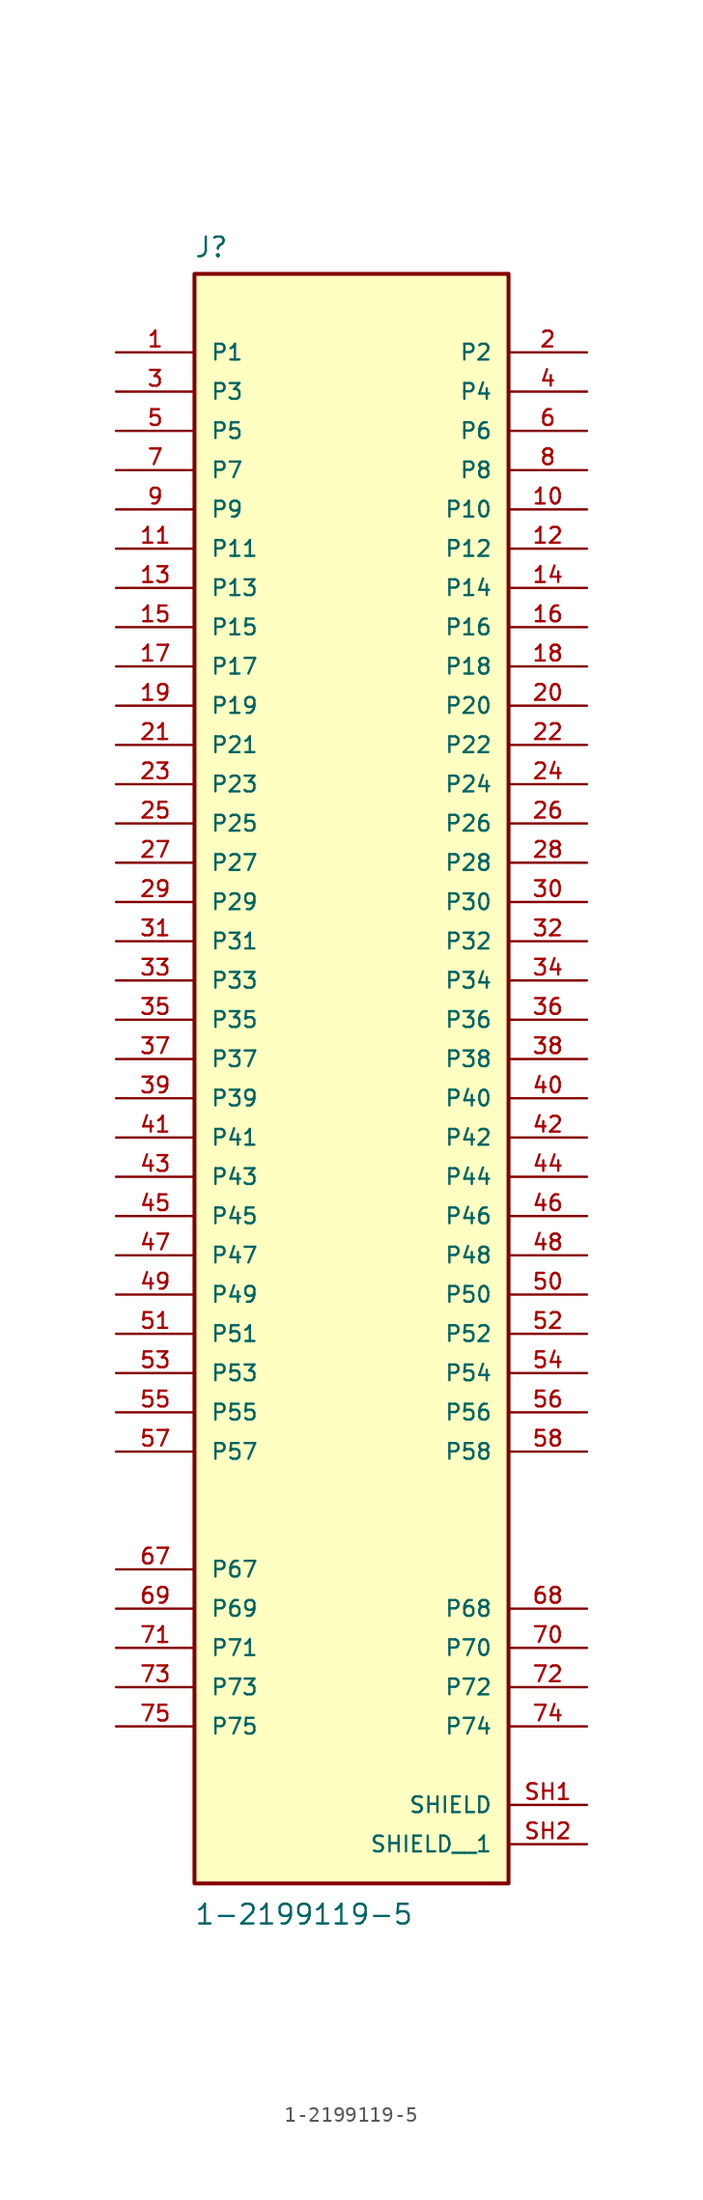
<source format=kicad_sym>
(kicad_symbol_lib
  (version 20211014)
  (generator kicad_symbol_editor)
  (symbol "1-2199119-5"
    (pin_names
      (offset 1.016))
    (property "Reference" "J"
      (at -10.194 51.775 0)
      (effects (font (size 1.27 1.27)) (justify bottom left)))
    (property "Value" "1-2199119-5"
      (at -10.193 -56.091 0)
      (effects (font (size 1.27 1.27)) (justify bottom left)))
    (symbol "1-2199119-5_0_0"
      (rectangle (start -10.16 -53.34) (end 10.16 50.8) (stroke (width 0.254)) (fill (type background)))
      (pin passive line (at -15.24 45.72 0) (length 5.08) (name "P1" (effects (font (size 1.016 1.016)))) (number "1" (effects (font (size 1.016 1.016)))))
      (pin passive line (at 15.24 45.72 180.0) (length 5.08) (name "P2" (effects (font (size 1.016 1.016)))) (number "2" (effects (font (size 1.016 1.016)))))
      (pin passive line (at -15.24 43.18 0) (length 5.08) (name "P3" (effects (font (size 1.016 1.016)))) (number "3" (effects (font (size 1.016 1.016)))))
      (pin passive line (at 15.24 43.18 180.0) (length 5.08) (name "P4" (effects (font (size 1.016 1.016)))) (number "4" (effects (font (size 1.016 1.016)))))
      (pin passive line (at -15.24 40.64 0) (length 5.08) (name "P5" (effects (font (size 1.016 1.016)))) (number "5" (effects (font (size 1.016 1.016)))))
      (pin passive line (at 15.24 40.64 180.0) (length 5.08) (name "P6" (effects (font (size 1.016 1.016)))) (number "6" (effects (font (size 1.016 1.016)))))
      (pin passive line (at -15.24 38.1 0) (length 5.08) (name "P7" (effects (font (size 1.016 1.016)))) (number "7" (effects (font (size 1.016 1.016)))))
      (pin passive line (at 15.24 38.1 180.0) (length 5.08) (name "P8" (effects (font (size 1.016 1.016)))) (number "8" (effects (font (size 1.016 1.016)))))
      (pin passive line (at -15.24 35.56 0) (length 5.08) (name "P9" (effects (font (size 1.016 1.016)))) (number "9" (effects (font (size 1.016 1.016)))))
      (pin passive line (at 15.24 35.56 180.0) (length 5.08) (name "P10" (effects (font (size 1.016 1.016)))) (number "10" (effects (font (size 1.016 1.016)))))
      (pin passive line (at -15.24 33.02 0) (length 5.08) (name "P11" (effects (font (size 1.016 1.016)))) (number "11" (effects (font (size 1.016 1.016)))))
      (pin passive line (at -15.24 30.48 0) (length 5.08) (name "P13" (effects (font (size 1.016 1.016)))) (number "13" (effects (font (size 1.016 1.016)))))
      (pin passive line (at 15.24 30.48 180.0) (length 5.08) (name "P14" (effects (font (size 1.016 1.016)))) (number "14" (effects (font (size 1.016 1.016)))))
      (pin passive line (at -15.24 27.94 0) (length 5.08) (name "P15" (effects (font (size 1.016 1.016)))) (number "15" (effects (font (size 1.016 1.016)))))
      (pin passive line (at 15.24 27.94 180.0) (length 5.08) (name "P16" (effects (font (size 1.016 1.016)))) (number "16" (effects (font (size 1.016 1.016)))))
      (pin passive line (at -15.24 25.4 0) (length 5.08) (name "P17" (effects (font (size 1.016 1.016)))) (number "17" (effects (font (size 1.016 1.016)))))
      (pin passive line (at 15.24 25.4 180.0) (length 5.08) (name "P18" (effects (font (size 1.016 1.016)))) (number "18" (effects (font (size 1.016 1.016)))))
      (pin passive line (at -15.24 22.86 0) (length 5.08) (name "P19" (effects (font (size 1.016 1.016)))) (number "19" (effects (font (size 1.016 1.016)))))
      (pin passive line (at 15.24 22.86 180.0) (length 5.08) (name "P20" (effects (font (size 1.016 1.016)))) (number "20" (effects (font (size 1.016 1.016)))))
      (pin passive line (at -15.24 20.32 0) (length 5.08) (name "P21" (effects (font (size 1.016 1.016)))) (number "21" (effects (font (size 1.016 1.016)))))
      (pin passive line (at 15.24 20.32 180.0) (length 5.08) (name "P22" (effects (font (size 1.016 1.016)))) (number "22" (effects (font (size 1.016 1.016)))))
      (pin passive line (at -15.24 17.78 0) (length 5.08) (name "P23" (effects (font (size 1.016 1.016)))) (number "23" (effects (font (size 1.016 1.016)))))
      (pin passive line (at 15.24 17.78 180.0) (length 5.08) (name "P24" (effects (font (size 1.016 1.016)))) (number "24" (effects (font (size 1.016 1.016)))))
      (pin passive line (at -15.24 15.24 0) (length 5.08) (name "P25" (effects (font (size 1.016 1.016)))) (number "25" (effects (font (size 1.016 1.016)))))
      (pin passive line (at 15.24 15.24 180.0) (length 5.08) (name "P26" (effects (font (size 1.016 1.016)))) (number "26" (effects (font (size 1.016 1.016)))))
      (pin passive line (at -15.24 12.7 0) (length 5.08) (name "P27" (effects (font (size 1.016 1.016)))) (number "27" (effects (font (size 1.016 1.016)))))
      (pin passive line (at 15.24 12.7 180.0) (length 5.08) (name "P28" (effects (font (size 1.016 1.016)))) (number "28" (effects (font (size 1.016 1.016)))))
      (pin passive line (at -15.24 10.16 0) (length 5.08) (name "P29" (effects (font (size 1.016 1.016)))) (number "29" (effects (font (size 1.016 1.016)))))
      (pin passive line (at 15.24 10.16 180.0) (length 5.08) (name "P30" (effects (font (size 1.016 1.016)))) (number "30" (effects (font (size 1.016 1.016)))))
      (pin passive line (at -15.24 7.62 0) (length 5.08) (name "P31" (effects (font (size 1.016 1.016)))) (number "31" (effects (font (size 1.016 1.016)))))
      (pin passive line (at 15.24 7.62 180.0) (length 5.08) (name "P32" (effects (font (size 1.016 1.016)))) (number "32" (effects (font (size 1.016 1.016)))))
      (pin passive line (at -15.24 5.08 0) (length 5.08) (name "P33" (effects (font (size 1.016 1.016)))) (number "33" (effects (font (size 1.016 1.016)))))
      (pin passive line (at 15.24 5.08 180.0) (length 5.08) (name "P34" (effects (font (size 1.016 1.016)))) (number "34" (effects (font (size 1.016 1.016)))))
      (pin passive line (at -15.24 2.54 0) (length 5.08) (name "P35" (effects (font (size 1.016 1.016)))) (number "35" (effects (font (size 1.016 1.016)))))
      (pin passive line (at 15.24 2.54 180.0) (length 5.08) (name "P36" (effects (font (size 1.016 1.016)))) (number "36" (effects (font (size 1.016 1.016)))))
      (pin passive line (at -15.24 0.0 0) (length 5.08) (name "P37" (effects (font (size 1.016 1.016)))) (number "37" (effects (font (size 1.016 1.016)))))
      (pin passive line (at 15.24 0.0 180.0) (length 5.08) (name "P38" (effects (font (size 1.016 1.016)))) (number "38" (effects (font (size 1.016 1.016)))))
      (pin passive line (at -15.24 -2.54 0) (length 5.08) (name "P39" (effects (font (size 1.016 1.016)))) (number "39" (effects (font (size 1.016 1.016)))))
      (pin passive line (at 15.24 -2.54 180.0) (length 5.08) (name "P40" (effects (font (size 1.016 1.016)))) (number "40" (effects (font (size 1.016 1.016)))))
      (pin passive line (at -15.24 -5.08 0) (length 5.08) (name "P41" (effects (font (size 1.016 1.016)))) (number "41" (effects (font (size 1.016 1.016)))))
      (pin passive line (at 15.24 -5.08 180.0) (length 5.08) (name "P42" (effects (font (size 1.016 1.016)))) (number "42" (effects (font (size 1.016 1.016)))))
      (pin passive line (at -15.24 -7.62 0) (length 5.08) (name "P43" (effects (font (size 1.016 1.016)))) (number "43" (effects (font (size 1.016 1.016)))))
      (pin passive line (at 15.24 -7.62 180.0) (length 5.08) (name "P44" (effects (font (size 1.016 1.016)))) (number "44" (effects (font (size 1.016 1.016)))))
      (pin passive line (at -15.24 -10.16 0) (length 5.08) (name "P45" (effects (font (size 1.016 1.016)))) (number "45" (effects (font (size 1.016 1.016)))))
      (pin passive line (at 15.24 -10.16 180.0) (length 5.08) (name "P46" (effects (font (size 1.016 1.016)))) (number "46" (effects (font (size 1.016 1.016)))))
      (pin passive line (at -15.24 -12.7 0) (length 5.08) (name "P47" (effects (font (size 1.016 1.016)))) (number "47" (effects (font (size 1.016 1.016)))))
      (pin passive line (at 15.24 -12.7 180.0) (length 5.08) (name "P48" (effects (font (size 1.016 1.016)))) (number "48" (effects (font (size 1.016 1.016)))))
      (pin passive line (at -15.24 -15.24 0) (length 5.08) (name "P49" (effects (font (size 1.016 1.016)))) (number "49" (effects (font (size 1.016 1.016)))))
      (pin passive line (at 15.24 -15.24 180.0) (length 5.08) (name "P50" (effects (font (size 1.016 1.016)))) (number "50" (effects (font (size 1.016 1.016)))))
      (pin passive line (at -15.24 -17.78 0) (length 5.08) (name "P51" (effects (font (size 1.016 1.016)))) (number "51" (effects (font (size 1.016 1.016)))))
      (pin passive line (at 15.24 -17.78 180.0) (length 5.08) (name "P52" (effects (font (size 1.016 1.016)))) (number "52" (effects (font (size 1.016 1.016)))))
      (pin passive line (at -15.24 -20.32 0) (length 5.08) (name "P53" (effects (font (size 1.016 1.016)))) (number "53" (effects (font (size 1.016 1.016)))))
      (pin passive line (at 15.24 -20.32 180.0) (length 5.08) (name "P54" (effects (font (size 1.016 1.016)))) (number "54" (effects (font (size 1.016 1.016)))))
      (pin passive line (at -15.24 -22.86 0) (length 5.08) (name "P55" (effects (font (size 1.016 1.016)))) (number "55" (effects (font (size 1.016 1.016)))))
      (pin passive line (at 15.24 -22.86 180.0) (length 5.08) (name "P56" (effects (font (size 1.016 1.016)))) (number "56" (effects (font (size 1.016 1.016)))))
      (pin passive line (at -15.24 -25.4 0) (length 5.08) (name "P57" (effects (font (size 1.016 1.016)))) (number "57" (effects (font (size 1.016 1.016)))))
      (pin passive line (at 15.24 -25.4 180.0) (length 5.08) (name "P58" (effects (font (size 1.016 1.016)))) (number "58" (effects (font (size 1.016 1.016)))))
      (pin passive line (at -15.24 -33.02 0) (length 5.08) (name "P67" (effects (font (size 1.016 1.016)))) (number "67" (effects (font (size 1.016 1.016)))))
      (pin passive line (at 15.24 -35.56 180.0) (length 5.08) (name "P68" (effects (font (size 1.016 1.016)))) (number "68" (effects (font (size 1.016 1.016)))))
      (pin passive line (at -15.24 -35.56 0) (length 5.08) (name "P69" (effects (font (size 1.016 1.016)))) (number "69" (effects (font (size 1.016 1.016)))))
      (pin passive line (at 15.24 -38.1 180.0) (length 5.08) (name "P70" (effects (font (size 1.016 1.016)))) (number "70" (effects (font (size 1.016 1.016)))))
      (pin passive line (at -15.24 -38.1 0) (length 5.08) (name "P71" (effects (font (size 1.016 1.016)))) (number "71" (effects (font (size 1.016 1.016)))))
      (pin passive line (at 15.24 -40.64 180.0) (length 5.08) (name "P72" (effects (font (size 1.016 1.016)))) (number "72" (effects (font (size 1.016 1.016)))))
      (pin passive line (at -15.24 -40.64 0) (length 5.08) (name "P73" (effects (font (size 1.016 1.016)))) (number "73" (effects (font (size 1.016 1.016)))))
      (pin passive line (at 15.24 -43.18 180.0) (length 5.08) (name "P74" (effects (font (size 1.016 1.016)))) (number "74" (effects (font (size 1.016 1.016)))))
      (pin passive line (at -15.24 -43.18 0) (length 5.08) (name "P75" (effects (font (size 1.016 1.016)))) (number "75" (effects (font (size 1.016 1.016)))))
      (pin passive line (at 15.24 33.02 180.0) (length 5.08) (name "P12" (effects (font (size 1.016 1.016)))) (number "12" (effects (font (size 1.016 1.016)))))
      (pin passive line (at 15.24 -48.26 180.0) (length 5.08) (name "SHIELD" (effects (font (size 1.016 1.016)))) (number "SH1" (effects (font (size 1.016 1.016)))))
      (pin passive line (at 15.24 -50.8 180.0) (length 5.08) (name "SHIELD__1" (effects (font (size 1.016 1.016)))) (number "SH2" (effects (font (size 1.016 1.016))))))))
</source>
